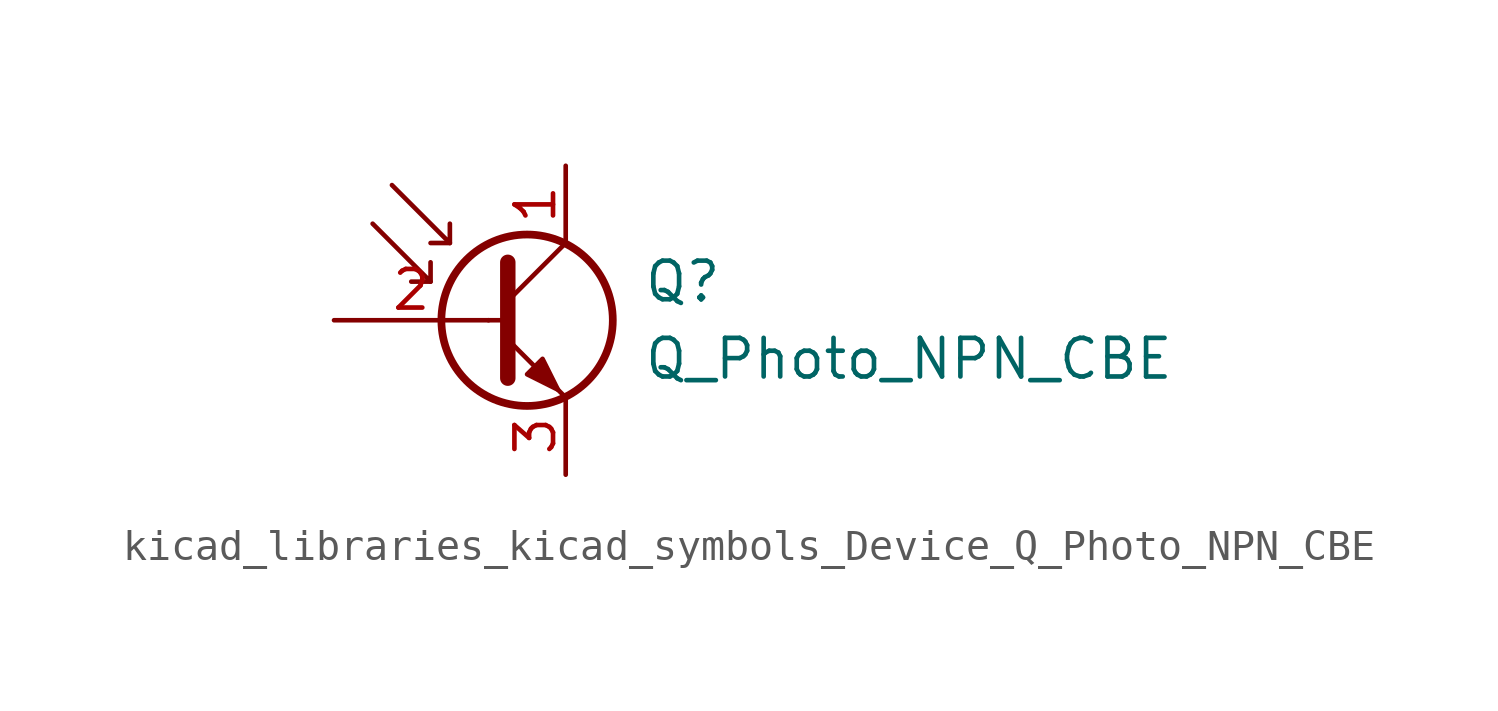
<source format=kicad_sym>
(kicad_symbol_lib
  (version 20220914)
  (generator kicad_symbol_editor)
  (symbol "kicad_libraries_kicad_symbols_Device_Q_Photo_NPN_CBE"
    (pin_names
      (offset 0) hide)
    (property "Reference" "Q"
      (at 5.08 1.27 0)
      (effects (font (size 1.27 1.27)) (justify left)))
    (property "Value" "Q_Photo_NPN_CBE"
      (at 5.08 -1.27 0)
      (effects (font (size 1.27 1.27)) (justify left)))
    (symbol "kicad_libraries_kicad_symbols_Device_Q_Photo_NPN_CBE_0_1"
      (polyline (pts (xy -1.905 1.27) (xy -2.54 1.27)) (stroke (width 0) (type default)) (fill (type none)))
      (polyline (pts (xy -1.27 2.54) (xy -1.905 2.54)) (stroke (width 0) (type default)) (fill (type none)))
      (polyline (pts (xy 0 0) (xy 0.635 0)) (stroke (width 0) (type default)) (fill (type none)))
      (polyline (pts (xy 0.635 0.635) (xy 2.54 2.54)) (stroke (width 0) (type default)) (fill (type none)))
      (polyline (pts (xy -3.81 3.175) (xy -1.905 1.27) (xy -1.905 1.905)) (stroke (width 0) (type default)) (fill (type none)))
      (polyline (pts (xy -3.175 4.445) (xy -1.27 2.54) (xy -1.27 3.175)) (stroke (width 0) (type default)) (fill (type none)))
      (polyline (pts (xy 0.635 -0.635) (xy 2.54 -2.54) (xy 2.54 -2.54)) (stroke (width 0) (type default)) (fill (type none)))
      (polyline (pts (xy 0.635 1.905) (xy 0.635 -1.905) (xy 0.635 -1.905)) (stroke (width 0.508) (type default)) (fill (type none)))
      (polyline (pts (xy 1.27 -1.778) (xy 1.778 -1.27) (xy 2.286 -2.286) (xy 1.27 -1.778) (xy 1.27 -1.778)) (stroke (width 0) (type default)) (fill (type outline)))
      (circle (center 1.27 0) (radius 2.819) (stroke (width 0.254) (type default)) (fill (type none))))
    (symbol "kicad_libraries_kicad_symbols_Device_Q_Photo_NPN_CBE_1_1"
      (pin passive line (at 2.54 5.08 270) (length 2.54) (name "C" (effects (font (size 1.27 1.27)))) (number "1" (effects (font (size 1.27 1.27)))))
      (pin input line (at -5.08 0 0) (length 5.08) (name "B" (effects (font (size 1.27 1.27)))) (number "2" (effects (font (size 1.27 1.27)))))
      (pin passive line (at 2.54 -5.08 90) (length 2.54) (name "E" (effects (font (size 1.27 1.27)))) (number "3" (effects (font (size 1.27 1.27))))))))
</source>
